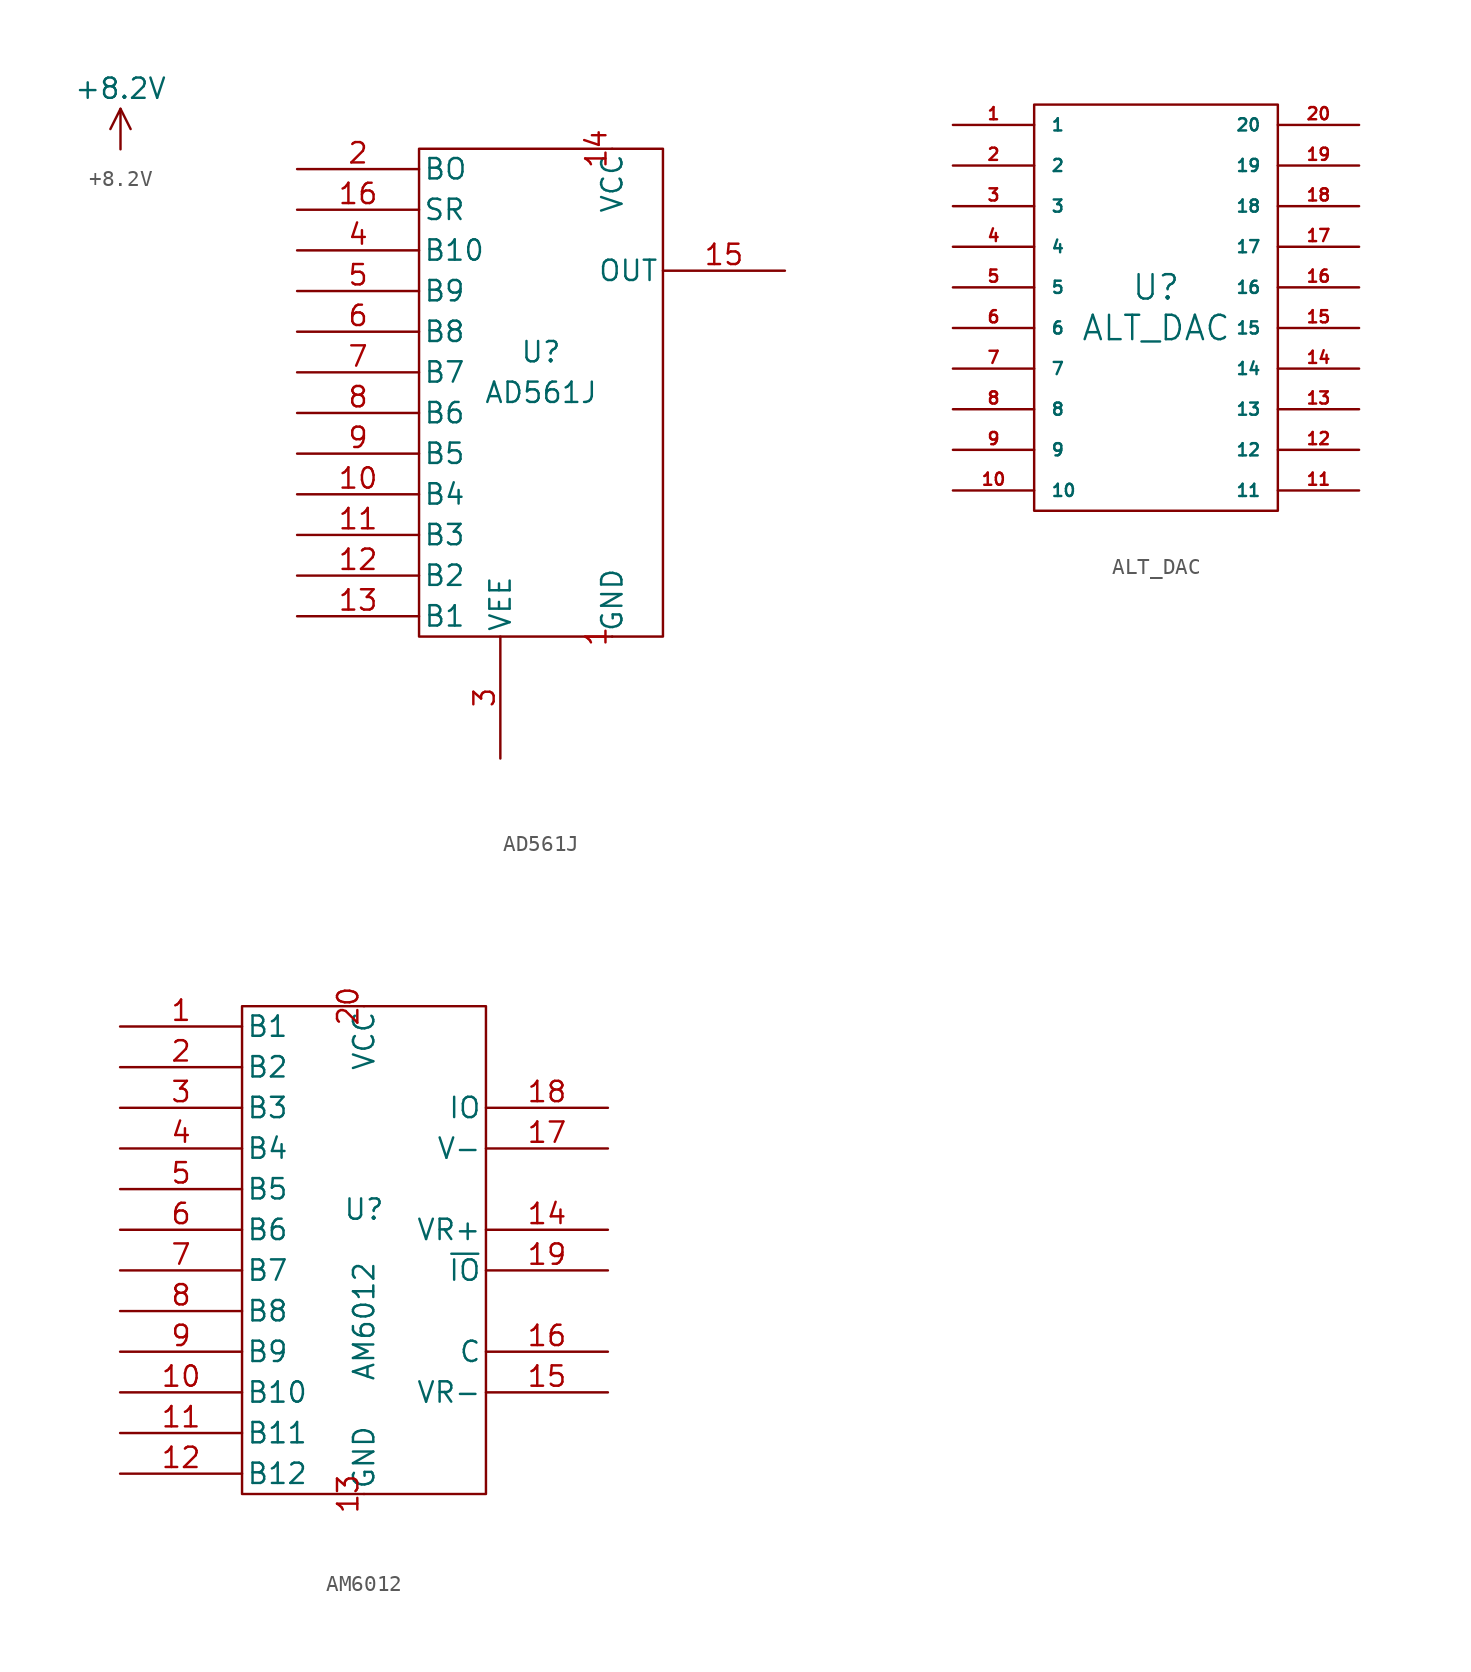
<source format=kicad_sym>
(kicad_symbol_lib
  (version 20211014)
  (generator kicad_symbol_editor)
  (symbol "+8.2V"
    (power)
    (pin_names
      (offset 0))
    (property "Reference" "#PWR"
      (at 0 -2.54 0)
      (effects (font (size 1.27 1.27)) hide))
    (property "Value" "+8.2V"
      (at 0 3.81 0)
      (effects (font (size 1.27 1.27))))
    (symbol "+8.2V_0_1"
      (polyline (pts (xy 0 2.54) (xy 0.635 1.27)) (stroke (width 0) (type default) (color 0 0 0 0)) (fill (type none)))
      (polyline (pts (xy 0 0) (xy 0 2.54) (xy -0.635 1.27)) (stroke (width 0) (type default) (color 0 0 0 0)) (fill (type none))))
    (symbol "+8.2V_1_1"
      (pin power_out line (at 0 0 90) (length 0) hide (name "+8.2V" (effects (font (size 1.27 1.27)))) (number "1" (effects (font (size 1.27 1.27)))))))
  (symbol "AD561J"
    (pin_names
      (offset 0.254))
    (property "Reference" "U"
      (at 0 1.27 0)
      (effects (font (size 1.27 1.27))))
    (property "Value" "AD561J"
      (at 0 -1.27 0)
      (effects (font (size 1.27 1.27))))
    (symbol "AD561J_0_0"
      (pin power_in line (at 4.445 -16.51 90) (length 0) (name "GND" (effects (font (size 1.27 1.27)))) (number "1" (effects (font (size 1.27 1.27))))))
    (symbol "AD561J_0_1"
      (rectangle (start -7.62 13.97) (end 7.62 -16.51) (stroke (width 0) (type default) (color 0 0 0 0)) (fill (type none))))
    (symbol "AD561J_1_0"
      (pin power_in line (at 4.445 13.97 270) (length 0) (name "VCC" (effects (font (size 1.27 1.27)))) (number "14" (effects (font (size 1.27 1.27)))))
      (pin power_in line (at -2.54 -24.13 90) (length 7.62) (name "VEE" (effects (font (size 1.27 1.27)))) (number "3" (effects (font (size 1.27 1.27))))))
    (symbol "AD561J_1_1"
      (pin input line (at -15.24 -7.62 0) (length 7.62) (name "B4" (effects (font (size 1.27 1.27)))) (number "10" (effects (font (size 1.27 1.27)))))
      (pin input line (at -15.24 -10.16 0) (length 7.62) (name "B3" (effects (font (size 1.27 1.27)))) (number "11" (effects (font (size 1.27 1.27)))))
      (pin input line (at -15.24 -12.7 0) (length 7.62) (name "B2" (effects (font (size 1.27 1.27)))) (number "12" (effects (font (size 1.27 1.27)))))
      (pin input line (at -15.24 -15.24 0) (length 7.62) (name "B1" (effects (font (size 1.27 1.27)))) (number "13" (effects (font (size 1.27 1.27)))))
      (pin output line (at 15.24 6.35 180) (length 7.62) (name "OUT" (effects (font (size 1.27 1.27)))) (number "15" (effects (font (size 1.27 1.27)))))
      (pin input line (at -15.24 10.16 0) (length 7.62) (name "SR" (effects (font (size 1.27 1.27)))) (number "16" (effects (font (size 1.27 1.27)))))
      (pin input line (at -15.24 12.7 0) (length 7.62) (name "BO" (effects (font (size 1.27 1.27)))) (number "2" (effects (font (size 1.27 1.27)))))
      (pin input line (at -15.24 7.62 0) (length 7.62) (name "B10" (effects (font (size 1.27 1.27)))) (number "4" (effects (font (size 1.27 1.27)))))
      (pin input line (at -15.24 5.08 0) (length 7.62) (name "B9" (effects (font (size 1.27 1.27)))) (number "5" (effects (font (size 1.27 1.27)))))
      (pin input line (at -15.24 2.54 0) (length 7.62) (name "B8" (effects (font (size 1.27 1.27)))) (number "6" (effects (font (size 1.27 1.27)))))
      (pin input line (at -15.24 0 0) (length 7.62) (name "B7" (effects (font (size 1.27 1.27)))) (number "7" (effects (font (size 1.27 1.27)))))
      (pin input line (at -15.24 -2.54 0) (length 7.62) (name "B6" (effects (font (size 1.27 1.27)))) (number "8" (effects (font (size 1.27 1.27)))))
      (pin input line (at -15.24 -5.08 0) (length 7.62) (name "B5" (effects (font (size 1.27 1.27)))) (number "9" (effects (font (size 1.27 1.27)))))))
  (symbol "ALT_DAC"
    (pin_names
      (offset 1.016))
    (property "Reference" "U"
      (at 0 1.27 0)
      (effects (font (size 1.524 1.524))))
    (property "Value" "ALT_DAC"
      (at 0 -1.27 0)
      (effects (font (size 1.524 1.524))))
    (symbol "ALT_DAC_0_1"
      (rectangle (start -7.62 12.7) (end 7.62 -12.7) (stroke (width 0) (type default) (color 0 0 0 0)) (fill (type none))))
    (symbol "ALT_DAC_1_1"
      (pin passive line (at -12.7 11.43 0) (length 5.08) (name "1" (effects (font (size 0.762 0.762)))) (number "1" (effects (font (size 0.762 0.762)))))
      (pin passive line (at -12.7 -11.43 0) (length 5.08) (name "10" (effects (font (size 0.762 0.762)))) (number "10" (effects (font (size 0.762 0.762)))))
      (pin passive line (at 12.7 -11.43 180) (length 5.08) (name "11" (effects (font (size 0.762 0.762)))) (number "11" (effects (font (size 0.762 0.762)))))
      (pin passive line (at 12.7 -8.89 180) (length 5.08) (name "12" (effects (font (size 0.762 0.762)))) (number "12" (effects (font (size 0.762 0.762)))))
      (pin passive line (at 12.7 -6.35 180) (length 5.08) (name "13" (effects (font (size 0.762 0.762)))) (number "13" (effects (font (size 0.762 0.762)))))
      (pin passive line (at 12.7 -3.81 180) (length 5.08) (name "14" (effects (font (size 0.762 0.762)))) (number "14" (effects (font (size 0.762 0.762)))))
      (pin passive line (at 12.7 -1.27 180) (length 5.08) (name "15" (effects (font (size 0.762 0.762)))) (number "15" (effects (font (size 0.762 0.762)))))
      (pin passive line (at 12.7 1.27 180) (length 5.08) (name "16" (effects (font (size 0.762 0.762)))) (number "16" (effects (font (size 0.762 0.762)))))
      (pin passive line (at 12.7 3.81 180) (length 5.08) (name "17" (effects (font (size 0.762 0.762)))) (number "17" (effects (font (size 0.762 0.762)))))
      (pin passive line (at 12.7 6.35 180) (length 5.08) (name "18" (effects (font (size 0.762 0.762)))) (number "18" (effects (font (size 0.762 0.762)))))
      (pin passive line (at 12.7 8.89 180) (length 5.08) (name "19" (effects (font (size 0.762 0.762)))) (number "19" (effects (font (size 0.762 0.762)))))
      (pin passive line (at -12.7 8.89 0) (length 5.08) (name "2" (effects (font (size 0.762 0.762)))) (number "2" (effects (font (size 0.762 0.762)))))
      (pin passive line (at 12.7 11.43 180) (length 5.08) (name "20" (effects (font (size 0.762 0.762)))) (number "20" (effects (font (size 0.762 0.762)))))
      (pin passive line (at -12.7 6.35 0) (length 5.08) (name "3" (effects (font (size 0.762 0.762)))) (number "3" (effects (font (size 0.762 0.762)))))
      (pin passive line (at -12.7 3.81 0) (length 5.08) (name "4" (effects (font (size 0.762 0.762)))) (number "4" (effects (font (size 0.762 0.762)))))
      (pin passive line (at -12.7 1.27 0) (length 5.08) (name "5" (effects (font (size 0.762 0.762)))) (number "5" (effects (font (size 0.762 0.762)))))
      (pin passive line (at -12.7 -1.27 0) (length 5.08) (name "6" (effects (font (size 0.762 0.762)))) (number "6" (effects (font (size 0.762 0.762)))))
      (pin passive line (at -12.7 -3.81 0) (length 5.08) (name "7" (effects (font (size 0.762 0.762)))) (number "7" (effects (font (size 0.762 0.762)))))
      (pin passive line (at -12.7 -6.35 0) (length 5.08) (name "8" (effects (font (size 0.762 0.762)))) (number "8" (effects (font (size 0.762 0.762)))))
      (pin passive line (at -12.7 -8.89 0) (length 5.08) (name "9" (effects (font (size 0.762 0.762)))) (number "9" (effects (font (size 0.762 0.762)))))))
  (symbol "AM6012"
    (pin_names
      (offset 0.254))
    (property "Reference" "U"
      (at 0 1.27 0)
      (effects (font (size 1.27 1.27))))
    (property "Value" "AM6012"
      (at 0 -5.715 90)
      (effects (font (size 1.27 1.27))))
    (symbol "AM6012_0_0"
      (pin power_in line (at 0 -16.51 90) (length 0) (name "GND" (effects (font (size 1.27 1.27)))) (number "13" (effects (font (size 1.27 1.27))))))
    (symbol "AM6012_0_1"
      (rectangle (start -7.62 13.97) (end 7.62 -16.51) (stroke (width 0) (type default) (color 0 0 0 0)) (fill (type none))))
    (symbol "AM6012_1_0"
      (pin power_in line (at 15.24 0 180) (length 7.62) (name "VR+" (effects (font (size 1.27 1.27)))) (number "14" (effects (font (size 1.27 1.27)))))
      (pin power_in line (at 15.24 -10.16 180) (length 7.62) (name "VR-" (effects (font (size 1.27 1.27)))) (number "15" (effects (font (size 1.27 1.27)))))
      (pin power_in line (at 15.24 -7.62 180) (length 7.62) (name "C" (effects (font (size 1.27 1.27)))) (number "16" (effects (font (size 1.27 1.27)))))
      (pin power_in line (at 15.24 5.08 180) (length 7.62) (name "V-" (effects (font (size 1.27 1.27)))) (number "17" (effects (font (size 1.27 1.27)))))
      (pin power_in line (at 15.24 -2.54 180) (length 7.62) (name "~{IO}" (effects (font (size 1.27 1.27)))) (number "19" (effects (font (size 1.27 1.27)))))
      (pin power_in line (at 0 13.97 270) (length 0) (name "VCC" (effects (font (size 1.27 1.27)))) (number "20" (effects (font (size 1.27 1.27))))))
    (symbol "AM6012_1_1"
      (pin input line (at -15.24 12.7 0) (length 7.62) (name "B1" (effects (font (size 1.27 1.27)))) (number "1" (effects (font (size 1.27 1.27)))))
      (pin input line (at -15.24 -10.16 0) (length 7.62) (name "B10" (effects (font (size 1.27 1.27)))) (number "10" (effects (font (size 1.27 1.27)))))
      (pin input line (at -15.24 -12.7 0) (length 7.62) (name "B11" (effects (font (size 1.27 1.27)))) (number "11" (effects (font (size 1.27 1.27)))))
      (pin input line (at -15.24 -15.24 0) (length 7.62) (name "B12" (effects (font (size 1.27 1.27)))) (number "12" (effects (font (size 1.27 1.27)))))
      (pin output line (at 15.24 7.62 180) (length 7.62) (name "IO" (effects (font (size 1.27 1.27)))) (number "18" (effects (font (size 1.27 1.27)))))
      (pin input line (at -15.24 10.16 0) (length 7.62) (name "B2" (effects (font (size 1.27 1.27)))) (number "2" (effects (font (size 1.27 1.27)))))
      (pin input line (at -15.24 7.62 0) (length 7.62) (name "B3" (effects (font (size 1.27 1.27)))) (number "3" (effects (font (size 1.27 1.27)))))
      (pin input line (at -15.24 5.08 0) (length 7.62) (name "B4" (effects (font (size 1.27 1.27)))) (number "4" (effects (font (size 1.27 1.27)))))
      (pin input line (at -15.24 2.54 0) (length 7.62) (name "B5" (effects (font (size 1.27 1.27)))) (number "5" (effects (font (size 1.27 1.27)))))
      (pin input line (at -15.24 0 0) (length 7.62) (name "B6" (effects (font (size 1.27 1.27)))) (number "6" (effects (font (size 1.27 1.27)))))
      (pin input line (at -15.24 -2.54 0) (length 7.62) (name "B7" (effects (font (size 1.27 1.27)))) (number "7" (effects (font (size 1.27 1.27)))))
      (pin input line (at -15.24 -5.08 0) (length 7.62) (name "B8" (effects (font (size 1.27 1.27)))) (number "8" (effects (font (size 1.27 1.27)))))
      (pin input line (at -15.24 -7.62 0) (length 7.62) (name "B9" (effects (font (size 1.27 1.27)))) (number "9" (effects (font (size 1.27 1.27))))))))
</source>
